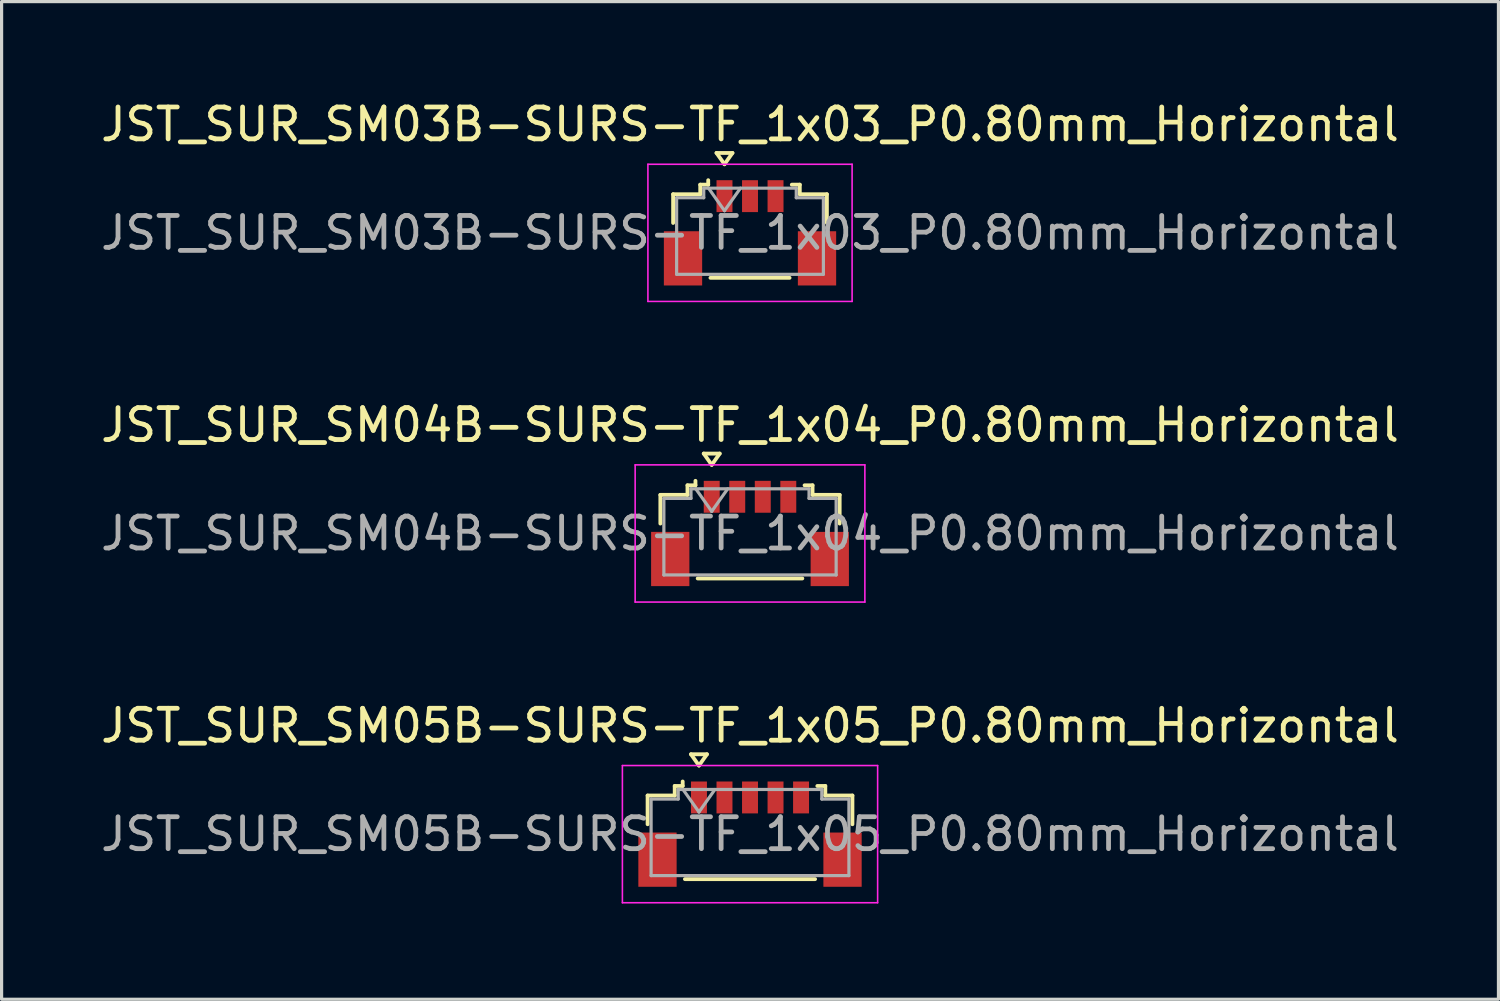
<source format=kicad_pcb>
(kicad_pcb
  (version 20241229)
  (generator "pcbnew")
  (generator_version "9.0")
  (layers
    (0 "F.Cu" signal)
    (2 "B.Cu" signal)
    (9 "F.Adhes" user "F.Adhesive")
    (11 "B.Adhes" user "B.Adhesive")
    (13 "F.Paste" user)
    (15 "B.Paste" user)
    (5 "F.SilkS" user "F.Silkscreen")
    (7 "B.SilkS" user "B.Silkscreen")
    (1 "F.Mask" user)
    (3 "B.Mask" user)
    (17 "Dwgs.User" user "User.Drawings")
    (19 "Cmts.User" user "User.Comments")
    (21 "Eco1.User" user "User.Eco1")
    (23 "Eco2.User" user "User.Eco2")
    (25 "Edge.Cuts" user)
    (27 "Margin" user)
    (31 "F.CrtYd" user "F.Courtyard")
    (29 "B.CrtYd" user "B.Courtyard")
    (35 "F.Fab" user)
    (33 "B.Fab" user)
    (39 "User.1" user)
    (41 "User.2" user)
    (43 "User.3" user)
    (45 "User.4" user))
  (footprint "JST_SUR_SM05B-SURS-TF_1x05_P0.80mm_Horizontal"
    (layer "F.Cu")
    (at 20.458 23.095)
    (property "Reference" "JST_SUR_SM05B-SURS-TF_1x05_P0.80mm_Horizontal" (at 0 -3.4 0) (layer "F.SilkS") (effects (font (size 1 1) (thickness 0.15))))
    (attr smd)
    (fp_line (start -3.21 -1.21) (end -2.36 -1.21) (stroke (width 0.12) (type solid)) (layer "F.SilkS"))
    (fp_line (start -3.21 -0.31) (end -3.21 -1.21) (stroke (width 0.12) (type solid)) (layer "F.SilkS"))
    (fp_line (start -2.36 -1.51) (end -2.11 -1.51) (stroke (width 0.12) (type solid)) (layer "F.SilkS"))
    (fp_line (start -2.36 -1.21) (end -2.36 -1.51) (stroke (width 0.12) (type solid)) (layer "F.SilkS"))
    (fp_line (start -2.11 -1.51) (end -2.11 -1.65) (stroke (width 0.12) (type solid)) (layer "F.SilkS"))
    (fp_line (start -2.04 1.41) (end 2.04 1.41) (stroke (width 0.12) (type solid)) (layer "F.SilkS"))
    (fp_line (start -1.85 -2.504) (end -1.6 -2.15) (stroke (width 0.12) (type solid)) (layer "F.SilkS"))
    (fp_line (start -1.6 -2.15) (end -1.35 -2.504) (stroke (width 0.12) (type solid)) (layer "F.SilkS"))
    (fp_line (start -1.35 -2.504) (end -1.85 -2.504) (stroke (width 0.12) (type solid)) (layer "F.SilkS"))
    (fp_line (start 2.36 -1.51) (end 2.11 -1.51) (stroke (width 0.12) (type solid)) (layer "F.SilkS"))
    (fp_line (start 2.36 -1.21) (end 2.36 -1.51) (stroke (width 0.12) (type solid)) (layer "F.SilkS"))
    (fp_line (start 3.21 -1.21) (end 2.36 -1.21) (stroke (width 0.12) (type solid)) (layer "F.SilkS"))
    (fp_line (start 3.21 -0.31) (end 3.21 -1.21) (stroke (width 0.12) (type solid)) (layer "F.SilkS"))
    (fp_line (start -4 -2.15) (end -4 2.15) (stroke (width 0.05) (type solid)) (layer "F.CrtYd"))
    (fp_line (start -4 2.15) (end 4 2.15) (stroke (width 0.05) (type solid)) (layer "F.CrtYd"))
    (fp_line (start 4 -2.15) (end -4 -2.15) (stroke (width 0.05) (type solid)) (layer "F.CrtYd"))
    (fp_line (start 4 2.15) (end 4 -2.15) (stroke (width 0.05) (type solid)) (layer "F.CrtYd"))
    (fp_line (start -3.1 -1.1) (end -3.1 1.3) (stroke (width 0.1) (type solid)) (layer "F.Fab"))
    (fp_line (start -3.1 -1.1) (end -2.25 -1.1) (stroke (width 0.1) (type solid)) (layer "F.Fab"))
    (fp_line (start -3.1 1.3) (end 3.1 1.3) (stroke (width 0.1) (type solid)) (layer "F.Fab"))
    (fp_line (start -2.25 -1.4) (end 2.25 -1.4) (stroke (width 0.1) (type solid)) (layer "F.Fab"))
    (fp_line (start -2.25 -1.1) (end -2.25 -1.4) (stroke (width 0.1) (type solid)) (layer "F.Fab"))
    (fp_line (start -2.1 -1.4) (end -1.6 -0.693) (stroke (width 0.1) (type solid)) (layer "F.Fab"))
    (fp_line (start -1.6 -0.693) (end -1.1 -1.4) (stroke (width 0.1) (type solid)) (layer "F.Fab"))
    (fp_line (start 2.25 -1.4) (end 2.25 -1.1) (stroke (width 0.1) (type solid)) (layer "F.Fab"))
    (fp_line (start 2.25 -1.1) (end 3.1 -1.1) (stroke (width 0.1) (type solid)) (layer "F.Fab"))
    (fp_line (start 3.1 -1.1) (end 3.1 1.3) (stroke (width 0.1) (type solid)) (layer "F.Fab"))
    (fp_text user "${REFERENCE}" (at 0 0 0) (layer "F.Fab") (effects (font (size 1 1) (thickness 0.15))))
    (pad "" smd rect (at -2.9 0.8) (size 1.2 1.7) (layers "F.Cu" "F.Mask" "F.Paste"))
    (pad "" smd rect (at 2.9 0.8) (size 1.2 1.7) (layers "F.Cu" "F.Mask" "F.Paste"))
    (pad "1" smd rect (at -1.6 -1.15) (size 0.5 1) (layers "F.Cu" "F.Mask" "F.Paste"))
    (pad "2" smd rect (at -0.8 -1.15) (size 0.5 1) (layers "F.Cu" "F.Mask" "F.Paste"))
    (pad "3" smd rect (at 0 -1.15) (size 0.5 1) (layers "F.Cu" "F.Mask" "F.Paste"))
    (pad "4" smd rect (at 0.8 -1.15) (size 0.5 1) (layers "F.Cu" "F.Mask" "F.Paste"))
    (pad "5" smd rect (at 1.6 -1.15) (size 0.5 1) (layers "F.Cu" "F.Mask" "F.Paste")))
  (footprint "JST_SUR_SM03B-SURS-TF_1x03_P0.80mm_Horizontal"
    (layer "F.Cu")
    (at 20.458 4.248)
    (property "Reference" "JST_SUR_SM03B-SURS-TF_1x03_P0.80mm_Horizontal" (at 0 -3.4 0) (layer "F.SilkS") (effects (font (size 1 1) (thickness 0.15))))
    (attr smd)
    (fp_line (start -2.41 -1.21) (end -1.56 -1.21) (stroke (width 0.12) (type solid)) (layer "F.SilkS"))
    (fp_line (start -2.41 -0.31) (end -2.41 -1.21) (stroke (width 0.12) (type solid)) (layer "F.SilkS"))
    (fp_line (start -1.56 -1.51) (end -1.31 -1.51) (stroke (width 0.12) (type solid)) (layer "F.SilkS"))
    (fp_line (start -1.56 -1.21) (end -1.56 -1.51) (stroke (width 0.12) (type solid)) (layer "F.SilkS"))
    (fp_line (start -1.31 -1.51) (end -1.31 -1.65) (stroke (width 0.12) (type solid)) (layer "F.SilkS"))
    (fp_line (start -1.24 1.41) (end 1.24 1.41) (stroke (width 0.12) (type solid)) (layer "F.SilkS"))
    (fp_line (start -1.05 -2.504) (end -0.8 -2.15) (stroke (width 0.12) (type solid)) (layer "F.SilkS"))
    (fp_line (start -0.8 -2.15) (end -0.55 -2.504) (stroke (width 0.12) (type solid)) (layer "F.SilkS"))
    (fp_line (start -0.55 -2.504) (end -1.05 -2.504) (stroke (width 0.12) (type solid)) (layer "F.SilkS"))
    (fp_line (start 1.56 -1.51) (end 1.31 -1.51) (stroke (width 0.12) (type solid)) (layer "F.SilkS"))
    (fp_line (start 1.56 -1.21) (end 1.56 -1.51) (stroke (width 0.12) (type solid)) (layer "F.SilkS"))
    (fp_line (start 2.41 -1.21) (end 1.56 -1.21) (stroke (width 0.12) (type solid)) (layer "F.SilkS"))
    (fp_line (start 2.41 -0.31) (end 2.41 -1.21) (stroke (width 0.12) (type solid)) (layer "F.SilkS"))
    (fp_line (start -3.2 -2.15) (end -3.2 2.15) (stroke (width 0.05) (type solid)) (layer "F.CrtYd"))
    (fp_line (start -3.2 2.15) (end 3.2 2.15) (stroke (width 0.05) (type solid)) (layer "F.CrtYd"))
    (fp_line (start 3.2 -2.15) (end -3.2 -2.15) (stroke (width 0.05) (type solid)) (layer "F.CrtYd"))
    (fp_line (start 3.2 2.15) (end 3.2 -2.15) (stroke (width 0.05) (type solid)) (layer "F.CrtYd"))
    (fp_line (start -2.3 -1.1) (end -2.3 1.3) (stroke (width 0.1) (type solid)) (layer "F.Fab"))
    (fp_line (start -2.3 -1.1) (end -1.45 -1.1) (stroke (width 0.1) (type solid)) (layer "F.Fab"))
    (fp_line (start -2.3 1.3) (end 2.3 1.3) (stroke (width 0.1) (type solid)) (layer "F.Fab"))
    (fp_line (start -1.45 -1.4) (end 1.45 -1.4) (stroke (width 0.1) (type solid)) (layer "F.Fab"))
    (fp_line (start -1.45 -1.1) (end -1.45 -1.4) (stroke (width 0.1) (type solid)) (layer "F.Fab"))
    (fp_line (start -1.3 -1.4) (end -0.8 -0.693) (stroke (width 0.1) (type solid)) (layer "F.Fab"))
    (fp_line (start -0.8 -0.693) (end -0.3 -1.4) (stroke (width 0.1) (type solid)) (layer "F.Fab"))
    (fp_line (start 1.45 -1.4) (end 1.45 -1.1) (stroke (width 0.1) (type solid)) (layer "F.Fab"))
    (fp_line (start 1.45 -1.1) (end 2.3 -1.1) (stroke (width 0.1) (type solid)) (layer "F.Fab"))
    (fp_line (start 2.3 -1.1) (end 2.3 1.3) (stroke (width 0.1) (type solid)) (layer "F.Fab"))
    (fp_text user "${REFERENCE}" (at 0 0 0) (layer "F.Fab") (effects (font (size 1 1) (thickness 0.15))))
    (pad "" smd rect (at -2.1 0.8) (size 1.2 1.7) (layers "F.Cu" "F.Mask" "F.Paste"))
    (pad "" smd rect (at 2.1 0.8) (size 1.2 1.7) (layers "F.Cu" "F.Mask" "F.Paste"))
    (pad "1" smd rect (at -0.8 -1.15) (size 0.5 1) (layers "F.Cu" "F.Mask" "F.Paste"))
    (pad "2" smd rect (at 0 -1.15) (size 0.5 1) (layers "F.Cu" "F.Mask" "F.Paste"))
    (pad "3" smd rect (at 0.8 -1.15) (size 0.5 1) (layers "F.Cu" "F.Mask" "F.Paste")))
  (footprint "JST_SUR_SM04B-SURS-TF_1x04_P0.80mm_Horizontal"
    (layer "F.Cu")
    (at 20.458 13.671)
    (property "Reference" "JST_SUR_SM04B-SURS-TF_1x04_P0.80mm_Horizontal" (at 0 -3.4 0) (layer "F.SilkS") (effects (font (size 1 1) (thickness 0.15))))
    (attr smd)
    (fp_line (start -2.81 -1.21) (end -1.96 -1.21) (stroke (width 0.12) (type solid)) (layer "F.SilkS"))
    (fp_line (start -2.81 -0.31) (end -2.81 -1.21) (stroke (width 0.12) (type solid)) (layer "F.SilkS"))
    (fp_line (start -1.96 -1.51) (end -1.71 -1.51) (stroke (width 0.12) (type solid)) (layer "F.SilkS"))
    (fp_line (start -1.96 -1.21) (end -1.96 -1.51) (stroke (width 0.12) (type solid)) (layer "F.SilkS"))
    (fp_line (start -1.71 -1.51) (end -1.71 -1.65) (stroke (width 0.12) (type solid)) (layer "F.SilkS"))
    (fp_line (start -1.64 1.41) (end 1.64 1.41) (stroke (width 0.12) (type solid)) (layer "F.SilkS"))
    (fp_line (start -1.45 -2.504) (end -1.2 -2.15) (stroke (width 0.12) (type solid)) (layer "F.SilkS"))
    (fp_line (start -1.2 -2.15) (end -0.95 -2.504) (stroke (width 0.12) (type solid)) (layer "F.SilkS"))
    (fp_line (start -0.95 -2.504) (end -1.45 -2.504) (stroke (width 0.12) (type solid)) (layer "F.SilkS"))
    (fp_line (start 1.96 -1.51) (end 1.71 -1.51) (stroke (width 0.12) (type solid)) (layer "F.SilkS"))
    (fp_line (start 1.96 -1.21) (end 1.96 -1.51) (stroke (width 0.12) (type solid)) (layer "F.SilkS"))
    (fp_line (start 2.81 -1.21) (end 1.96 -1.21) (stroke (width 0.12) (type solid)) (layer "F.SilkS"))
    (fp_line (start 2.81 -0.31) (end 2.81 -1.21) (stroke (width 0.12) (type solid)) (layer "F.SilkS"))
    (fp_line (start -3.6 -2.15) (end -3.6 2.15) (stroke (width 0.05) (type solid)) (layer "F.CrtYd"))
    (fp_line (start -3.6 2.15) (end 3.6 2.15) (stroke (width 0.05) (type solid)) (layer "F.CrtYd"))
    (fp_line (start 3.6 -2.15) (end -3.6 -2.15) (stroke (width 0.05) (type solid)) (layer "F.CrtYd"))
    (fp_line (start 3.6 2.15) (end 3.6 -2.15) (stroke (width 0.05) (type solid)) (layer "F.CrtYd"))
    (fp_line (start -2.7 -1.1) (end -2.7 1.3) (stroke (width 0.1) (type solid)) (layer "F.Fab"))
    (fp_line (start -2.7 -1.1) (end -1.85 -1.1) (stroke (width 0.1) (type solid)) (layer "F.Fab"))
    (fp_line (start -2.7 1.3) (end 2.7 1.3) (stroke (width 0.1) (type solid)) (layer "F.Fab"))
    (fp_line (start -1.85 -1.4) (end 1.85 -1.4) (stroke (width 0.1) (type solid)) (layer "F.Fab"))
    (fp_line (start -1.85 -1.1) (end -1.85 -1.4) (stroke (width 0.1) (type solid)) (layer "F.Fab"))
    (fp_line (start -1.7 -1.4) (end -1.2 -0.693) (stroke (width 0.1) (type solid)) (layer "F.Fab"))
    (fp_line (start -1.2 -0.693) (end -0.7 -1.4) (stroke (width 0.1) (type solid)) (layer "F.Fab"))
    (fp_line (start 1.85 -1.4) (end 1.85 -1.1) (stroke (width 0.1) (type solid)) (layer "F.Fab"))
    (fp_line (start 1.85 -1.1) (end 2.7 -1.1) (stroke (width 0.1) (type solid)) (layer "F.Fab"))
    (fp_line (start 2.7 -1.1) (end 2.7 1.3) (stroke (width 0.1) (type solid)) (layer "F.Fab"))
    (fp_text user "${REFERENCE}" (at 0 0 0) (layer "F.Fab") (effects (font (size 1 1) (thickness 0.15))))
    (pad "" smd rect (at -2.5 0.8) (size 1.2 1.7) (layers "F.Cu" "F.Mask" "F.Paste"))
    (pad "" smd rect (at 2.5 0.8) (size 1.2 1.7) (layers "F.Cu" "F.Mask" "F.Paste"))
    (pad "1" smd rect (at -1.2 -1.15) (size 0.5 1) (layers "F.Cu" "F.Mask" "F.Paste"))
    (pad "2" smd rect (at -0.4 -1.15) (size 0.5 1) (layers "F.Cu" "F.Mask" "F.Paste"))
    (pad "3" smd rect (at 0.4 -1.15) (size 0.5 1) (layers "F.Cu" "F.Mask" "F.Paste"))
    (pad "4" smd rect (at 1.2 -1.15) (size 0.5 1) (layers "F.Cu" "F.Mask" "F.Paste")))
  (gr_rect
    (start -3 -3)
    (end 43.917 28.27)
    (stroke (width 0.1) (type default))
    (fill no)
    (layer "Edge.Cuts")))
</source>
